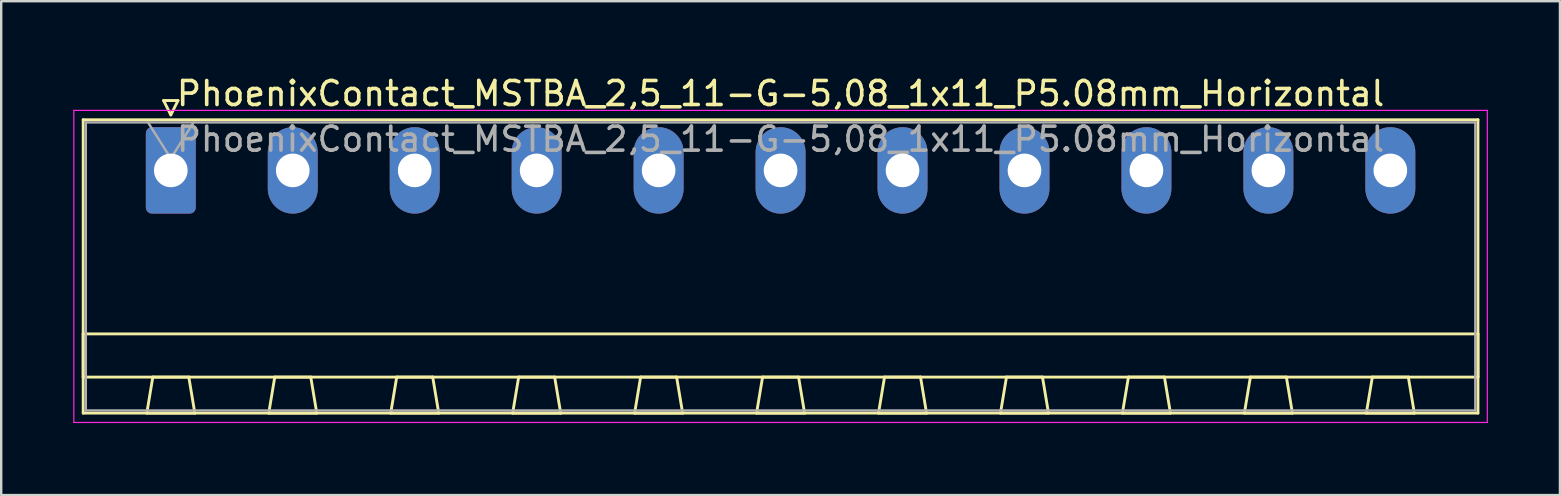
<source format=kicad_pcb>
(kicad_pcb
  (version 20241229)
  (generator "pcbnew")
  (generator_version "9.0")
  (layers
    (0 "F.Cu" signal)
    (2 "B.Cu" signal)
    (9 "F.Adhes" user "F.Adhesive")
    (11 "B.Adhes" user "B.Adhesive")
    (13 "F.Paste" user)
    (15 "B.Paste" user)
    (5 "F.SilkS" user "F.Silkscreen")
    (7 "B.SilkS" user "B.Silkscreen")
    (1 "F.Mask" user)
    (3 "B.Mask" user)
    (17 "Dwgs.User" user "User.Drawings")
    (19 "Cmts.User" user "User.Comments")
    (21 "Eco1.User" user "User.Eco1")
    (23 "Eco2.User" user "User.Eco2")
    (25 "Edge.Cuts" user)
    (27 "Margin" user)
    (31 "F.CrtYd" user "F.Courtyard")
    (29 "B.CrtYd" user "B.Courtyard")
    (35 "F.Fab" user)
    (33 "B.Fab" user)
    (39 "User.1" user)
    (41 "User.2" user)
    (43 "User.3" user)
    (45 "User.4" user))
  (footprint "PhoenixContact_MSTBA_2,5_11-G-5,08_1x11_P5.08mm_Horizontal"
    (layer "F.Cu")
    (at 29.465 4.048)
    (property "Reference" "PhoenixContact_MSTBA_2,5_11-G-5,08_1x11_P5.08mm_Horizontal" (at 0 -3.2 0) (layer "F.SilkS") (effects (font (size 1 1) (thickness 0.15))))
    (attr through_hole)
    (fp_line (start -29.05 -2.11) (end -29.05 10.11) (stroke (width 0.12) (type solid)) (layer "F.SilkS"))
    (fp_line (start -29.05 6.81) (end 29.05 6.81) (stroke (width 0.12) (type solid)) (layer "F.SilkS"))
    (fp_line (start -29.05 8.61) (end -29.05 6.81) (stroke (width 0.12) (type solid)) (layer "F.SilkS"))
    (fp_line (start -29.05 10.11) (end 29.05 10.11) (stroke (width 0.12) (type solid)) (layer "F.SilkS"))
    (fp_line (start -26.4 10.11) (end -24.4 10.11) (stroke (width 0.12) (type solid)) (layer "F.SilkS"))
    (fp_line (start -26.15 8.61) (end -26.4 10.11) (stroke (width 0.12) (type solid)) (layer "F.SilkS"))
    (fp_line (start -25.7 -2.91) (end -25.1 -2.91) (stroke (width 0.12) (type solid)) (layer "F.SilkS"))
    (fp_line (start -25.4 -2.31) (end -25.7 -2.91) (stroke (width 0.12) (type solid)) (layer "F.SilkS"))
    (fp_line (start -25.1 -2.91) (end -25.4 -2.31) (stroke (width 0.12) (type solid)) (layer "F.SilkS"))
    (fp_line (start -24.65 8.61) (end -26.15 8.61) (stroke (width 0.12) (type solid)) (layer "F.SilkS"))
    (fp_line (start -24.4 10.11) (end -24.65 8.61) (stroke (width 0.12) (type solid)) (layer "F.SilkS"))
    (fp_line (start -21.32 10.11) (end -19.32 10.11) (stroke (width 0.12) (type solid)) (layer "F.SilkS"))
    (fp_line (start -21.07 8.61) (end -21.32 10.11) (stroke (width 0.12) (type solid)) (layer "F.SilkS"))
    (fp_line (start -19.57 8.61) (end -21.07 8.61) (stroke (width 0.12) (type solid)) (layer "F.SilkS"))
    (fp_line (start -19.32 10.11) (end -19.57 8.61) (stroke (width 0.12) (type solid)) (layer "F.SilkS"))
    (fp_line (start -16.24 10.11) (end -14.24 10.11) (stroke (width 0.12) (type solid)) (layer "F.SilkS"))
    (fp_line (start -15.99 8.61) (end -16.24 10.11) (stroke (width 0.12) (type solid)) (layer "F.SilkS"))
    (fp_line (start -14.49 8.61) (end -15.99 8.61) (stroke (width 0.12) (type solid)) (layer "F.SilkS"))
    (fp_line (start -14.24 10.11) (end -14.49 8.61) (stroke (width 0.12) (type solid)) (layer "F.SilkS"))
    (fp_line (start -11.16 10.11) (end -9.16 10.11) (stroke (width 0.12) (type solid)) (layer "F.SilkS"))
    (fp_line (start -10.91 8.61) (end -11.16 10.11) (stroke (width 0.12) (type solid)) (layer "F.SilkS"))
    (fp_line (start -9.41 8.61) (end -10.91 8.61) (stroke (width 0.12) (type solid)) (layer "F.SilkS"))
    (fp_line (start -9.16 10.11) (end -9.41 8.61) (stroke (width 0.12) (type solid)) (layer "F.SilkS"))
    (fp_line (start -6.08 10.11) (end -4.08 10.11) (stroke (width 0.12) (type solid)) (layer "F.SilkS"))
    (fp_line (start -5.83 8.61) (end -6.08 10.11) (stroke (width 0.12) (type solid)) (layer "F.SilkS"))
    (fp_line (start -4.33 8.61) (end -5.83 8.61) (stroke (width 0.12) (type solid)) (layer "F.SilkS"))
    (fp_line (start -4.08 10.11) (end -4.33 8.61) (stroke (width 0.12) (type solid)) (layer "F.SilkS"))
    (fp_line (start -1 10.11) (end 1 10.11) (stroke (width 0.12) (type solid)) (layer "F.SilkS"))
    (fp_line (start -0.75 8.61) (end -1 10.11) (stroke (width 0.12) (type solid)) (layer "F.SilkS"))
    (fp_line (start 0.75 8.61) (end -0.75 8.61) (stroke (width 0.12) (type solid)) (layer "F.SilkS"))
    (fp_line (start 1 10.11) (end 0.75 8.61) (stroke (width 0.12) (type solid)) (layer "F.SilkS"))
    (fp_line (start 4.08 10.11) (end 6.08 10.11) (stroke (width 0.12) (type solid)) (layer "F.SilkS"))
    (fp_line (start 4.33 8.61) (end 4.08 10.11) (stroke (width 0.12) (type solid)) (layer "F.SilkS"))
    (fp_line (start 5.83 8.61) (end 4.33 8.61) (stroke (width 0.12) (type solid)) (layer "F.SilkS"))
    (fp_line (start 6.08 10.11) (end 5.83 8.61) (stroke (width 0.12) (type solid)) (layer "F.SilkS"))
    (fp_line (start 9.16 10.11) (end 11.16 10.11) (stroke (width 0.12) (type solid)) (layer "F.SilkS"))
    (fp_line (start 9.41 8.61) (end 9.16 10.11) (stroke (width 0.12) (type solid)) (layer "F.SilkS"))
    (fp_line (start 10.91 8.61) (end 9.41 8.61) (stroke (width 0.12) (type solid)) (layer "F.SilkS"))
    (fp_line (start 11.16 10.11) (end 10.91 8.61) (stroke (width 0.12) (type solid)) (layer "F.SilkS"))
    (fp_line (start 14.24 10.11) (end 16.24 10.11) (stroke (width 0.12) (type solid)) (layer "F.SilkS"))
    (fp_line (start 14.49 8.61) (end 14.24 10.11) (stroke (width 0.12) (type solid)) (layer "F.SilkS"))
    (fp_line (start 15.99 8.61) (end 14.49 8.61) (stroke (width 0.12) (type solid)) (layer "F.SilkS"))
    (fp_line (start 16.24 10.11) (end 15.99 8.61) (stroke (width 0.12) (type solid)) (layer "F.SilkS"))
    (fp_line (start 19.32 10.11) (end 21.32 10.11) (stroke (width 0.12) (type solid)) (layer "F.SilkS"))
    (fp_line (start 19.57 8.61) (end 19.32 10.11) (stroke (width 0.12) (type solid)) (layer "F.SilkS"))
    (fp_line (start 21.07 8.61) (end 19.57 8.61) (stroke (width 0.12) (type solid)) (layer "F.SilkS"))
    (fp_line (start 21.32 10.11) (end 21.07 8.61) (stroke (width 0.12) (type solid)) (layer "F.SilkS"))
    (fp_line (start 24.4 10.11) (end 26.4 10.11) (stroke (width 0.12) (type solid)) (layer "F.SilkS"))
    (fp_line (start 24.65 8.61) (end 24.4 10.11) (stroke (width 0.12) (type solid)) (layer "F.SilkS"))
    (fp_line (start 26.15 8.61) (end 24.65 8.61) (stroke (width 0.12) (type solid)) (layer "F.SilkS"))
    (fp_line (start 26.4 10.11) (end 26.15 8.61) (stroke (width 0.12) (type solid)) (layer "F.SilkS"))
    (fp_line (start 29.05 -2.11) (end -29.05 -2.11) (stroke (width 0.12) (type solid)) (layer "F.SilkS"))
    (fp_line (start 29.05 6.81) (end 29.05 8.61) (stroke (width 0.12) (type solid)) (layer "F.SilkS"))
    (fp_line (start 29.05 8.61) (end -29.05 8.61) (stroke (width 0.12) (type solid)) (layer "F.SilkS"))
    (fp_line (start 29.05 10.11) (end 29.05 -2.11) (stroke (width 0.12) (type solid)) (layer "F.SilkS"))
    (fp_line (start -29.44 -2.5) (end -29.44 10.5) (stroke (width 0.05) (type solid)) (layer "F.CrtYd"))
    (fp_line (start -29.44 10.5) (end 29.44 10.5) (stroke (width 0.05) (type solid)) (layer "F.CrtYd"))
    (fp_line (start 29.44 -2.5) (end -29.44 -2.5) (stroke (width 0.05) (type solid)) (layer "F.CrtYd"))
    (fp_line (start 29.44 10.5) (end 29.44 -2.5) (stroke (width 0.05) (type solid)) (layer "F.CrtYd"))
    (fp_line (start -28.94 -2) (end -28.94 10) (stroke (width 0.1) (type solid)) (layer "F.Fab"))
    (fp_line (start -28.94 10) (end 28.94 10) (stroke (width 0.1) (type solid)) (layer "F.Fab"))
    (fp_line (start -25.4 -0.5) (end -26.35 -2) (stroke (width 0.1) (type solid)) (layer "F.Fab"))
    (fp_line (start -24.45 -2) (end -25.4 -0.5) (stroke (width 0.1) (type solid)) (layer "F.Fab"))
    (fp_line (start 28.94 -2) (end -28.94 -2) (stroke (width 0.1) (type solid)) (layer "F.Fab"))
    (fp_line (start 28.94 10) (end 28.94 -2) (stroke (width 0.1) (type solid)) (layer "F.Fab"))
    (fp_text user "${REFERENCE}" (at 0 -1.3 0) (layer "F.Fab") (effects (font (size 1 1) (thickness 0.15))))
    (pad "1" thru_hole roundrect (at -25.4 0) (size 2.08 3.6) (drill 1.4) (layers "*.Cu" "*.Mask") (roundrect_rratio 0.12))
    (pad "2" thru_hole oval (at -20.32 0) (size 2.08 3.6) (drill 1.4) (layers "*.Cu" "*.Mask"))
    (pad "3" thru_hole oval (at -15.24 0) (size 2.08 3.6) (drill 1.4) (layers "*.Cu" "*.Mask"))
    (pad "4" thru_hole oval (at -10.16 0) (size 2.08 3.6) (drill 1.4) (layers "*.Cu" "*.Mask"))
    (pad "5" thru_hole oval (at -5.08 0) (size 2.08 3.6) (drill 1.4) (layers "*.Cu" "*.Mask"))
    (pad "6" thru_hole oval (at 0 0) (size 2.08 3.6) (drill 1.4) (layers "*.Cu" "*.Mask"))
    (pad "7" thru_hole oval (at 5.08 0) (size 2.08 3.6) (drill 1.4) (layers "*.Cu" "*.Mask"))
    (pad "8" thru_hole oval (at 10.16 0) (size 2.08 3.6) (drill 1.4) (layers "*.Cu" "*.Mask"))
    (pad "9" thru_hole oval (at 15.24 0) (size 2.08 3.6) (drill 1.4) (layers "*.Cu" "*.Mask"))
    (pad "10" thru_hole oval (at 20.32 0) (size 2.08 3.6) (drill 1.4) (layers "*.Cu" "*.Mask"))
    (pad "11" thru_hole oval (at 25.4 0) (size 2.08 3.6) (drill 1.4) (layers "*.Cu" "*.Mask")))
  (gr_rect
    (start -3 -3)
    (end 61.93 17.573)
    (stroke (width 0.1) (type default))
    (fill no)
    (layer "Edge.Cuts")))
</source>
